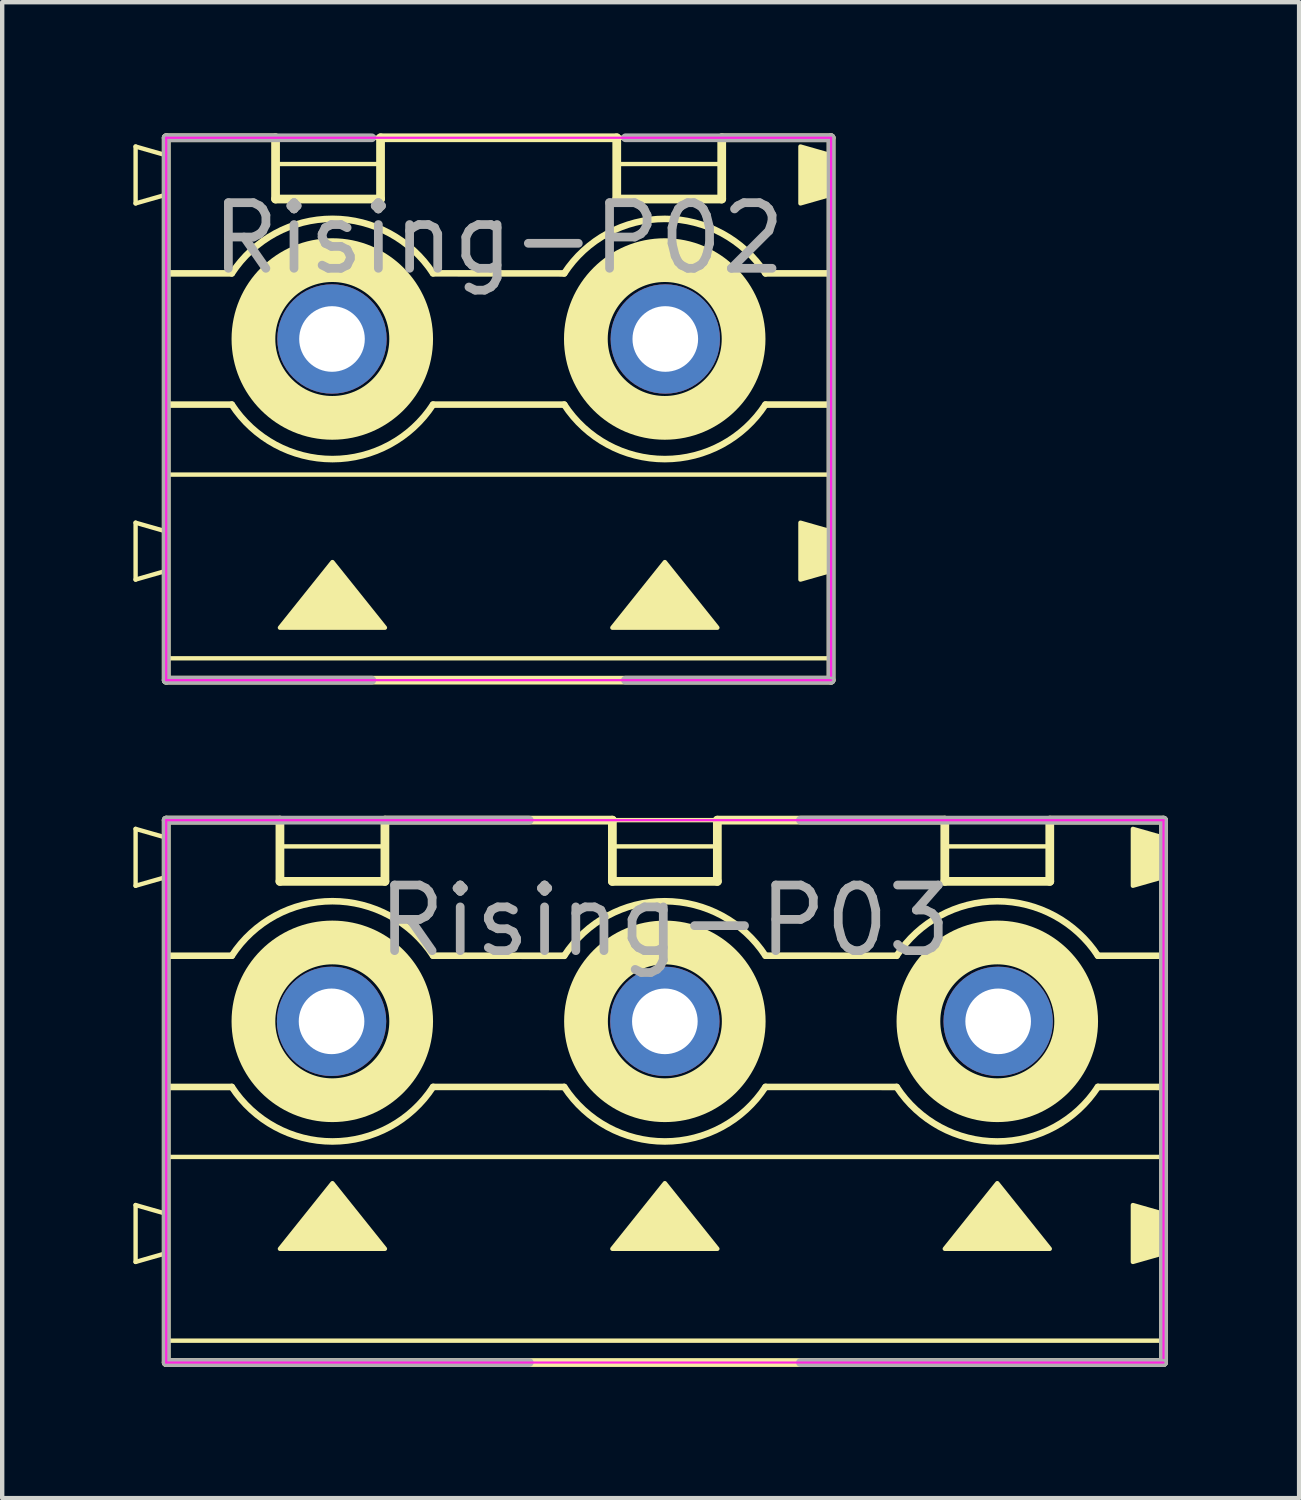
<source format=kicad_pcb>
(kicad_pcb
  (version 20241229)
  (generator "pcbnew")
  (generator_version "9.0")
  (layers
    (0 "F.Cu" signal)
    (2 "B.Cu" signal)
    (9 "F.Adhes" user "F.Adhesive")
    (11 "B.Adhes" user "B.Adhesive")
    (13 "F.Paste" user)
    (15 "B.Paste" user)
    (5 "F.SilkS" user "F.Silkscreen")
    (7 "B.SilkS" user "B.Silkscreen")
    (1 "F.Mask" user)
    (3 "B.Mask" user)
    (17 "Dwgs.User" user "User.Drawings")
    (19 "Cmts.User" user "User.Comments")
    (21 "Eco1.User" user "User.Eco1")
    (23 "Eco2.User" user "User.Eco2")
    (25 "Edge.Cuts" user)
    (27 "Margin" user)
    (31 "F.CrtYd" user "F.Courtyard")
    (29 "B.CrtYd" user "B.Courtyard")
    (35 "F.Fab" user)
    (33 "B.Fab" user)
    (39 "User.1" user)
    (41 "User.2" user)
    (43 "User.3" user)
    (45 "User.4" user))
  (footprint "Rising-P03"
    (layer "F.Cu")
    (at 12.15 20.3)
    (property "Reference" "Rising-P03" (at 0 -2.3 180) (layer "F.Fab") (effects (font (size 1.5 1.5) (thickness 0.2))))
    (attr through_hole)
    (fp_line (start -12.1 -4.4) (end -12.1 -3.1) (stroke (width 0.1) (type solid)) (layer "F.SilkS"))
    (fp_line (start -12.1 -3.1) (end -11.4 -3.3) (stroke (width 0.1) (type solid)) (layer "F.SilkS"))
    (fp_line (start -12.1 4.2) (end -12.1 5.5) (stroke (width 0.1) (type solid)) (layer "F.SilkS"))
    (fp_line (start -12.1 5.5) (end -11.4 5.3) (stroke (width 0.1) (type solid)) (layer "F.SilkS"))
    (fp_line (start -11.4 -4.6) (end -11.4 7.8) (stroke (width 0.2) (type solid)) (layer "F.SilkS"))
    (fp_line (start -11.4 -4.6) (end -8.8 -4.6) (stroke (width 0.2) (type solid)) (layer "F.SilkS"))
    (fp_line (start -11.4 -4.2) (end -12.1 -4.4) (stroke (width 0.1) (type solid)) (layer "F.SilkS"))
    (fp_line (start -11.4 4.4) (end -12.1 4.2) (stroke (width 0.1) (type solid)) (layer "F.SilkS"))
    (fp_line (start -11.4 7.8) (end 11.4 7.8) (stroke (width 0.2) (type solid)) (layer "F.SilkS"))
    (fp_line (start -9.9 -1.5) (end -11.4 -1.5) (stroke (width 0.15) (type solid)) (layer "F.SilkS"))
    (fp_line (start -9.9 1.5) (end -11.4 1.5) (stroke (width 0.15) (type solid)) (layer "F.SilkS"))
    (fp_line (start -8.8 -4.6) (end -6.4 -4.6) (stroke (width 0.1) (type solid)) (layer "F.SilkS"))
    (fp_line (start -8.8 -4) (end -6.4 -4) (stroke (width 0.1) (type solid)) (layer "F.SilkS"))
    (fp_line (start -8.8 -3.2) (end -8.8 -4.6) (stroke (width 0.2) (type solid)) (layer "F.SilkS"))
    (fp_line (start -8.8 -3.2) (end -6.4 -3.2) (stroke (width 0.2) (type solid)) (layer "F.SilkS"))
    (fp_line (start -6.4 -4.6) (end -1.2 -4.6) (stroke (width 0.2) (type solid)) (layer "F.SilkS"))
    (fp_line (start -6.4 -3.2) (end -6.4 -4.6) (stroke (width 0.2) (type solid)) (layer "F.SilkS"))
    (fp_line (start -2.301 -1.499) (end -5.299 -1.501) (stroke (width 0.15) (type solid)) (layer "F.SilkS"))
    (fp_line (start -2.301 1.5) (end -5.299 1.499) (stroke (width 0.15) (type solid)) (layer "F.SilkS"))
    (fp_line (start -1.2 -4.6) (end 1.2 -4.6) (stroke (width 0.1) (type solid)) (layer "F.SilkS"))
    (fp_line (start -1.2 -4) (end 1.2 -4) (stroke (width 0.1) (type solid)) (layer "F.SilkS"))
    (fp_line (start -1.2 -3.2) (end -1.2 -4.6) (stroke (width 0.2) (type solid)) (layer "F.SilkS"))
    (fp_line (start -1.2 -3.2) (end 1.2 -3.2) (stroke (width 0.2) (type solid)) (layer "F.SilkS"))
    (fp_line (start 1.2 -4.6) (end 6.4 -4.6) (stroke (width 0.2) (type solid)) (layer "F.SilkS"))
    (fp_line (start 1.2 -3.2) (end 1.2 -4.6) (stroke (width 0.2) (type solid)) (layer "F.SilkS"))
    (fp_line (start 5.299 -1.5) (end 2.301 -1.501) (stroke (width 0.15) (type solid)) (layer "F.SilkS"))
    (fp_line (start 5.299 1.5) (end 2.301 1.499) (stroke (width 0.15) (type solid)) (layer "F.SilkS"))
    (fp_line (start 6.4 -4.6) (end 8.8 -4.6) (stroke (width 0.1) (type solid)) (layer "F.SilkS"))
    (fp_line (start 6.4 -4) (end 8.8 -4) (stroke (width 0.1) (type solid)) (layer "F.SilkS"))
    (fp_line (start 6.4 -3.2) (end 6.4 -4.6) (stroke (width 0.2) (type solid)) (layer "F.SilkS"))
    (fp_line (start 6.4 -3.2) (end 8.8 -3.2) (stroke (width 0.2) (type solid)) (layer "F.SilkS"))
    (fp_line (start 8.8 -4.6) (end 11.4 -4.6) (stroke (width 0.2) (type solid)) (layer "F.SilkS"))
    (fp_line (start 8.8 -3.2) (end 8.8 -4.6) (stroke (width 0.2) (type solid)) (layer "F.SilkS"))
    (fp_line (start 11.4 -4.6) (end 11.4 7.8) (stroke (width 0.2) (type solid)) (layer "F.SilkS"))
    (fp_line (start 11.4 -1.5) (end 9.9 -1.5) (stroke (width 0.15) (type solid)) (layer "F.SilkS"))
    (fp_line (start 11.4 1.5) (end 9.9 1.499) (stroke (width 0.15) (type solid)) (layer "F.SilkS"))
    (fp_line (start 11.4 3.1) (end -11.4 3.1) (stroke (width 0.1) (type solid)) (layer "F.SilkS"))
    (fp_line (start 11.4 7.3) (end -11.4 7.3) (stroke (width 0.1) (type solid)) (layer "F.SilkS"))
    (fp_arc (start -9.9 -1.5) (mid -7.599951 -2.746815) (end -5.299409 -1.50091) (stroke (width 0.15) (type solid)) (layer "F.SilkS"))
    (fp_arc (start -5.299409 1.499089) (mid -7.599458 2.745904) (end -9.9 1.499999) (stroke (width 0.15) (type solid)) (layer "F.SilkS"))
    (fp_arc (start -2.300591 -1.499089) (mid -0.000542 -2.745904) (end 2.3 -1.499999) (stroke (width 0.15) (type solid)) (layer "F.SilkS"))
    (fp_arc (start 2.3 1.499089) (mid -0.000049 2.745904) (end -2.300591 1.499999) (stroke (width 0.15) (type solid)) (layer "F.SilkS"))
    (fp_arc (start 5.299409 -1.499089) (mid 7.599458 -2.745904) (end 9.9 -1.499999) (stroke (width 0.15) (type solid)) (layer "F.SilkS"))
    (fp_arc (start 9.9 1.499089) (mid 7.599951 2.745904) (end 5.299409 1.499999) (stroke (width 0.15) (type solid)) (layer "F.SilkS"))
    (fp_circle (center -7.603 0) (end -5.8 0) (stroke (width 1) (type solid)) (fill no) (layer "F.SilkS"))
    (fp_circle (center 0.000001 0) (end 1.803 0) (stroke (width 1) (type solid)) (fill no) (layer "F.SilkS"))
    (fp_circle (center 7.6 0) (end 9.403 0) (stroke (width 1) (type solid)) (fill no) (layer "F.SilkS"))
    (fp_poly (pts (xy -6.4 5.2) (xy -8.8 5.2) (xy -7.6 3.7)) (stroke (width 0.1) (type solid)) (fill yes) (layer "F.SilkS"))
    (fp_poly (pts (xy 1.2 5.2) (xy -1.2 5.2) (xy 0 3.7)) (stroke (width 0.1) (type solid)) (fill yes) (layer "F.SilkS"))
    (fp_poly (pts (xy 8.8 5.2) (xy 6.4 5.2) (xy 7.6 3.7)) (stroke (width 0.1) (type solid)) (fill yes) (layer "F.SilkS"))
    (fp_poly (pts (xy 11.4 -4.2) (xy 11.4 -3.3) (xy 10.7 -3.1) (xy 10.7 -4.4)) (stroke (width 0.1) (type solid)) (fill yes) (layer "F.SilkS"))
    (fp_poly (pts (xy 11.4 4.4) (xy 11.4 5.3) (xy 10.7 5.5) (xy 10.7 4.2)) (stroke (width 0.1) (type solid)) (fill yes) (layer "F.SilkS"))
    (fp_line (start -11.4 -4.6) (end -11.4 7.8) (stroke (width 0.05) (type solid)) (layer "F.CrtYd"))
    (fp_line (start -11.4 -4.6) (end 11.4 -4.6) (stroke (width 0.05) (type solid)) (layer "F.CrtYd"))
    (fp_line (start -11.4 7.8) (end 11.4 7.8) (stroke (width 0.05) (type solid)) (layer "F.CrtYd"))
    (fp_line (start 11.4 -4.6) (end 11.4 7.7) (stroke (width 0.05) (type solid)) (layer "F.CrtYd"))
    (fp_line (start -11.4 7.8) (end -11.4 -4.6) (stroke (width 0.2) (type solid)) (layer "F.Fab"))
    (fp_line (start -3.1 -4.6) (end -11.4 -4.6) (stroke (width 0.2) (type solid)) (layer "F.Fab"))
    (fp_line (start -3.1 7.8) (end -11.4 7.8) (stroke (width 0.2) (type solid)) (layer "F.Fab"))
    (fp_line (start 11.4 -4.6) (end 3.1 -4.6) (stroke (width 0.2) (type solid)) (layer "F.Fab"))
    (fp_line (start 11.4 7.8) (end 3.1 7.8) (stroke (width 0.2) (type solid)) (layer "F.Fab"))
    (fp_line (start 11.4 7.8) (end 11.4 -4.6) (stroke (width 0.2) (type solid)) (layer "F.Fab"))
    (pad "1" thru_hole circle (at -7.62 0) (size 2.5 2.5) (drill 1.5) (layers "*.Cu" "*.Mask"))
    (pad "2" thru_hole circle (at 0 0) (size 2.5 2.5) (drill 1.5) (layers "*.Cu" "*.Mask"))
    (pad "3" thru_hole circle (at 7.62 0) (size 2.5 2.5) (drill 1.5) (layers "*.Cu" "*.Mask")))
  (footprint "Rising-P02"
    (layer "F.Cu")
    (at 8.35 4.7)
    (property "Reference" "Rising-P02" (at 0 -2.3 180) (layer "F.Fab") (effects (font (size 1.5 1.5) (thickness 0.2))))
    (attr through_hole)
    (fp_line (start -8.3 -4.4) (end -8.3 -3.1) (stroke (width 0.1) (type solid)) (layer "F.SilkS"))
    (fp_line (start -8.3 -3.1) (end -7.6 -3.3) (stroke (width 0.1) (type solid)) (layer "F.SilkS"))
    (fp_line (start -8.3 4.2) (end -8.3 5.5) (stroke (width 0.1) (type solid)) (layer "F.SilkS"))
    (fp_line (start -8.3 5.5) (end -7.6 5.3) (stroke (width 0.1) (type solid)) (layer "F.SilkS"))
    (fp_line (start -7.6 -4.6) (end -7.6 7.8) (stroke (width 0.2) (type solid)) (layer "F.SilkS"))
    (fp_line (start -7.6 -4.6) (end -5.1 -4.6) (stroke (width 0.2) (type solid)) (layer "F.SilkS"))
    (fp_line (start -7.6 -4.2) (end -8.3 -4.4) (stroke (width 0.1) (type solid)) (layer "F.SilkS"))
    (fp_line (start -7.6 4.4) (end -8.3 4.2) (stroke (width 0.1) (type solid)) (layer "F.SilkS"))
    (fp_line (start -7.6 7.8) (end 7.6 7.8) (stroke (width 0.2) (type solid)) (layer "F.SilkS"))
    (fp_line (start -6.1 -1.5) (end -7.6 -1.5) (stroke (width 0.15) (type solid)) (layer "F.SilkS"))
    (fp_line (start -6.1 1.5) (end -7.6 1.5) (stroke (width 0.15) (type solid)) (layer "F.SilkS"))
    (fp_line (start -5.1 -4.6) (end -2.7 -4.6) (stroke (width 0.1) (type solid)) (layer "F.SilkS"))
    (fp_line (start -5.1 -4) (end -2.7 -4) (stroke (width 0.1) (type solid)) (layer "F.SilkS"))
    (fp_line (start -5.1 -3.2) (end -5.1 -4.6) (stroke (width 0.2) (type solid)) (layer "F.SilkS"))
    (fp_line (start -5.1 -3.2) (end -2.7 -3.2) (stroke (width 0.2) (type solid)) (layer "F.SilkS"))
    (fp_line (start -2.7 -4.6) (end 2.7 -4.6) (stroke (width 0.2) (type solid)) (layer "F.SilkS"))
    (fp_line (start -2.7 -3.2) (end -2.7 -4.6) (stroke (width 0.2) (type solid)) (layer "F.SilkS"))
    (fp_line (start 1.499 -1.499) (end -1.499 -1.501) (stroke (width 0.15) (type solid)) (layer "F.SilkS"))
    (fp_line (start 1.5 1.5) (end -1.5 1.5) (stroke (width 0.15) (type solid)) (layer "F.SilkS"))
    (fp_line (start 2.7 -4.6) (end 5.1 -4.6) (stroke (width 0.1) (type solid)) (layer "F.SilkS"))
    (fp_line (start 2.7 -4) (end 5.1 -4) (stroke (width 0.1) (type solid)) (layer "F.SilkS"))
    (fp_line (start 2.7 -3.2) (end 2.7 -4.6) (stroke (width 0.2) (type solid)) (layer "F.SilkS"))
    (fp_line (start 2.7 -3.2) (end 5.1 -3.2) (stroke (width 0.2) (type solid)) (layer "F.SilkS"))
    (fp_line (start 5.1 -4.6) (end 7.6 -4.6) (stroke (width 0.2) (type solid)) (layer "F.SilkS"))
    (fp_line (start 5.1 -3.2) (end 5.1 -4.6) (stroke (width 0.2) (type solid)) (layer "F.SilkS"))
    (fp_line (start 7.6 -4.6) (end 7.6 7.8) (stroke (width 0.2) (type solid)) (layer "F.SilkS"))
    (fp_line (start 7.6 -1.5) (end 6.1 -1.5) (stroke (width 0.15) (type solid)) (layer "F.SilkS"))
    (fp_line (start 7.6 1.5) (end 6.1 1.499) (stroke (width 0.15) (type solid)) (layer "F.SilkS"))
    (fp_line (start 7.6 3.1) (end -7.6 3.1) (stroke (width 0.1) (type solid)) (layer "F.SilkS"))
    (fp_line (start 7.6 7.3) (end -7.6 7.3) (stroke (width 0.1) (type solid)) (layer "F.SilkS"))
    (fp_arc (start -6.1 -1.5) (mid -3.799951 -2.746815) (end -1.499409 -1.50091) (stroke (width 0.15) (type solid)) (layer "F.SilkS"))
    (fp_arc (start -1.499409 1.499089) (mid -3.799458 2.745904) (end -6.1 1.499999) (stroke (width 0.15) (type solid)) (layer "F.SilkS"))
    (fp_arc (start 1.499409 -1.499089) (mid 3.799458 -2.745904) (end 6.1 -1.499999) (stroke (width 0.15) (type solid)) (layer "F.SilkS"))
    (fp_arc (start 6.1 1.499089) (mid 3.799951 2.745904) (end 1.499409 1.499999) (stroke (width 0.15) (type solid)) (layer "F.SilkS"))
    (fp_circle (center -3.803 0) (end -2 0) (stroke (width 1) (type solid)) (fill no) (layer "F.SilkS"))
    (fp_circle (center 3.797 0) (end 5.6 0) (stroke (width 1) (type solid)) (fill no) (layer "F.SilkS"))
    (fp_poly (pts (xy -2.6 6.6) (xy -5 6.6) (xy -3.8 5.1)) (stroke (width 0.1) (type solid)) (fill yes) (layer "F.SilkS"))
    (fp_poly (pts (xy 5 6.6) (xy 2.6 6.6) (xy 3.8 5.1)) (stroke (width 0.1) (type solid)) (fill yes) (layer "F.SilkS"))
    (fp_poly (pts (xy 7.6 -4.2) (xy 7.6 -3.3) (xy 6.9 -3.1) (xy 6.9 -4.4)) (stroke (width 0.1) (type solid)) (fill yes) (layer "F.SilkS"))
    (fp_poly (pts (xy 7.6 4.4) (xy 7.6 5.3) (xy 6.9 5.5) (xy 6.9 4.2)) (stroke (width 0.1) (type solid)) (fill yes) (layer "F.SilkS"))
    (fp_line (start -7.6 -4.6) (end -7.6 7.8) (stroke (width 0.05) (type solid)) (layer "F.CrtYd"))
    (fp_line (start 7.6 -4.6) (end -7.6 -4.6) (stroke (width 0.05) (type solid)) (layer "F.CrtYd"))
    (fp_line (start 7.6 -4.6) (end 7.6 7.7) (stroke (width 0.05) (type solid)) (layer "F.CrtYd"))
    (fp_line (start 7.6 7.8) (end -7.6 7.8) (stroke (width 0.05) (type solid)) (layer "F.CrtYd"))
    (fp_line (start -7.6 7.8) (end -7.6 -4.6) (stroke (width 0.2) (type solid)) (layer "F.Fab"))
    (fp_line (start -2.9 -4.6) (end -7.6 -4.6) (stroke (width 0.2) (type solid)) (layer "F.Fab"))
    (fp_line (start -2.9 7.8) (end -7.6 7.8) (stroke (width 0.2) (type solid)) (layer "F.Fab"))
    (fp_line (start 7.6 -4.6) (end 2.9 -4.6) (stroke (width 0.2) (type solid)) (layer "F.Fab"))
    (fp_line (start 7.6 7.8) (end 2.9 7.8) (stroke (width 0.2) (type solid)) (layer "F.Fab"))
    (fp_line (start 7.6 7.8) (end 7.6 -4.6) (stroke (width 0.2) (type solid)) (layer "F.Fab"))
    (pad "1" thru_hole circle (at -3.81 0) (size 2.5 2.5) (drill 1.5) (layers "*.Cu" "*.Mask"))
    (pad "2" thru_hole circle (at 3.81 0) (size 2.5 2.5) (drill 1.5) (layers "*.Cu" "*.Mask")))
  (gr_rect
    (start -3 -3)
    (end 26.65 31.2)
    (stroke (width 0.1) (type default))
    (fill no)
    (layer "Edge.Cuts")))
</source>
